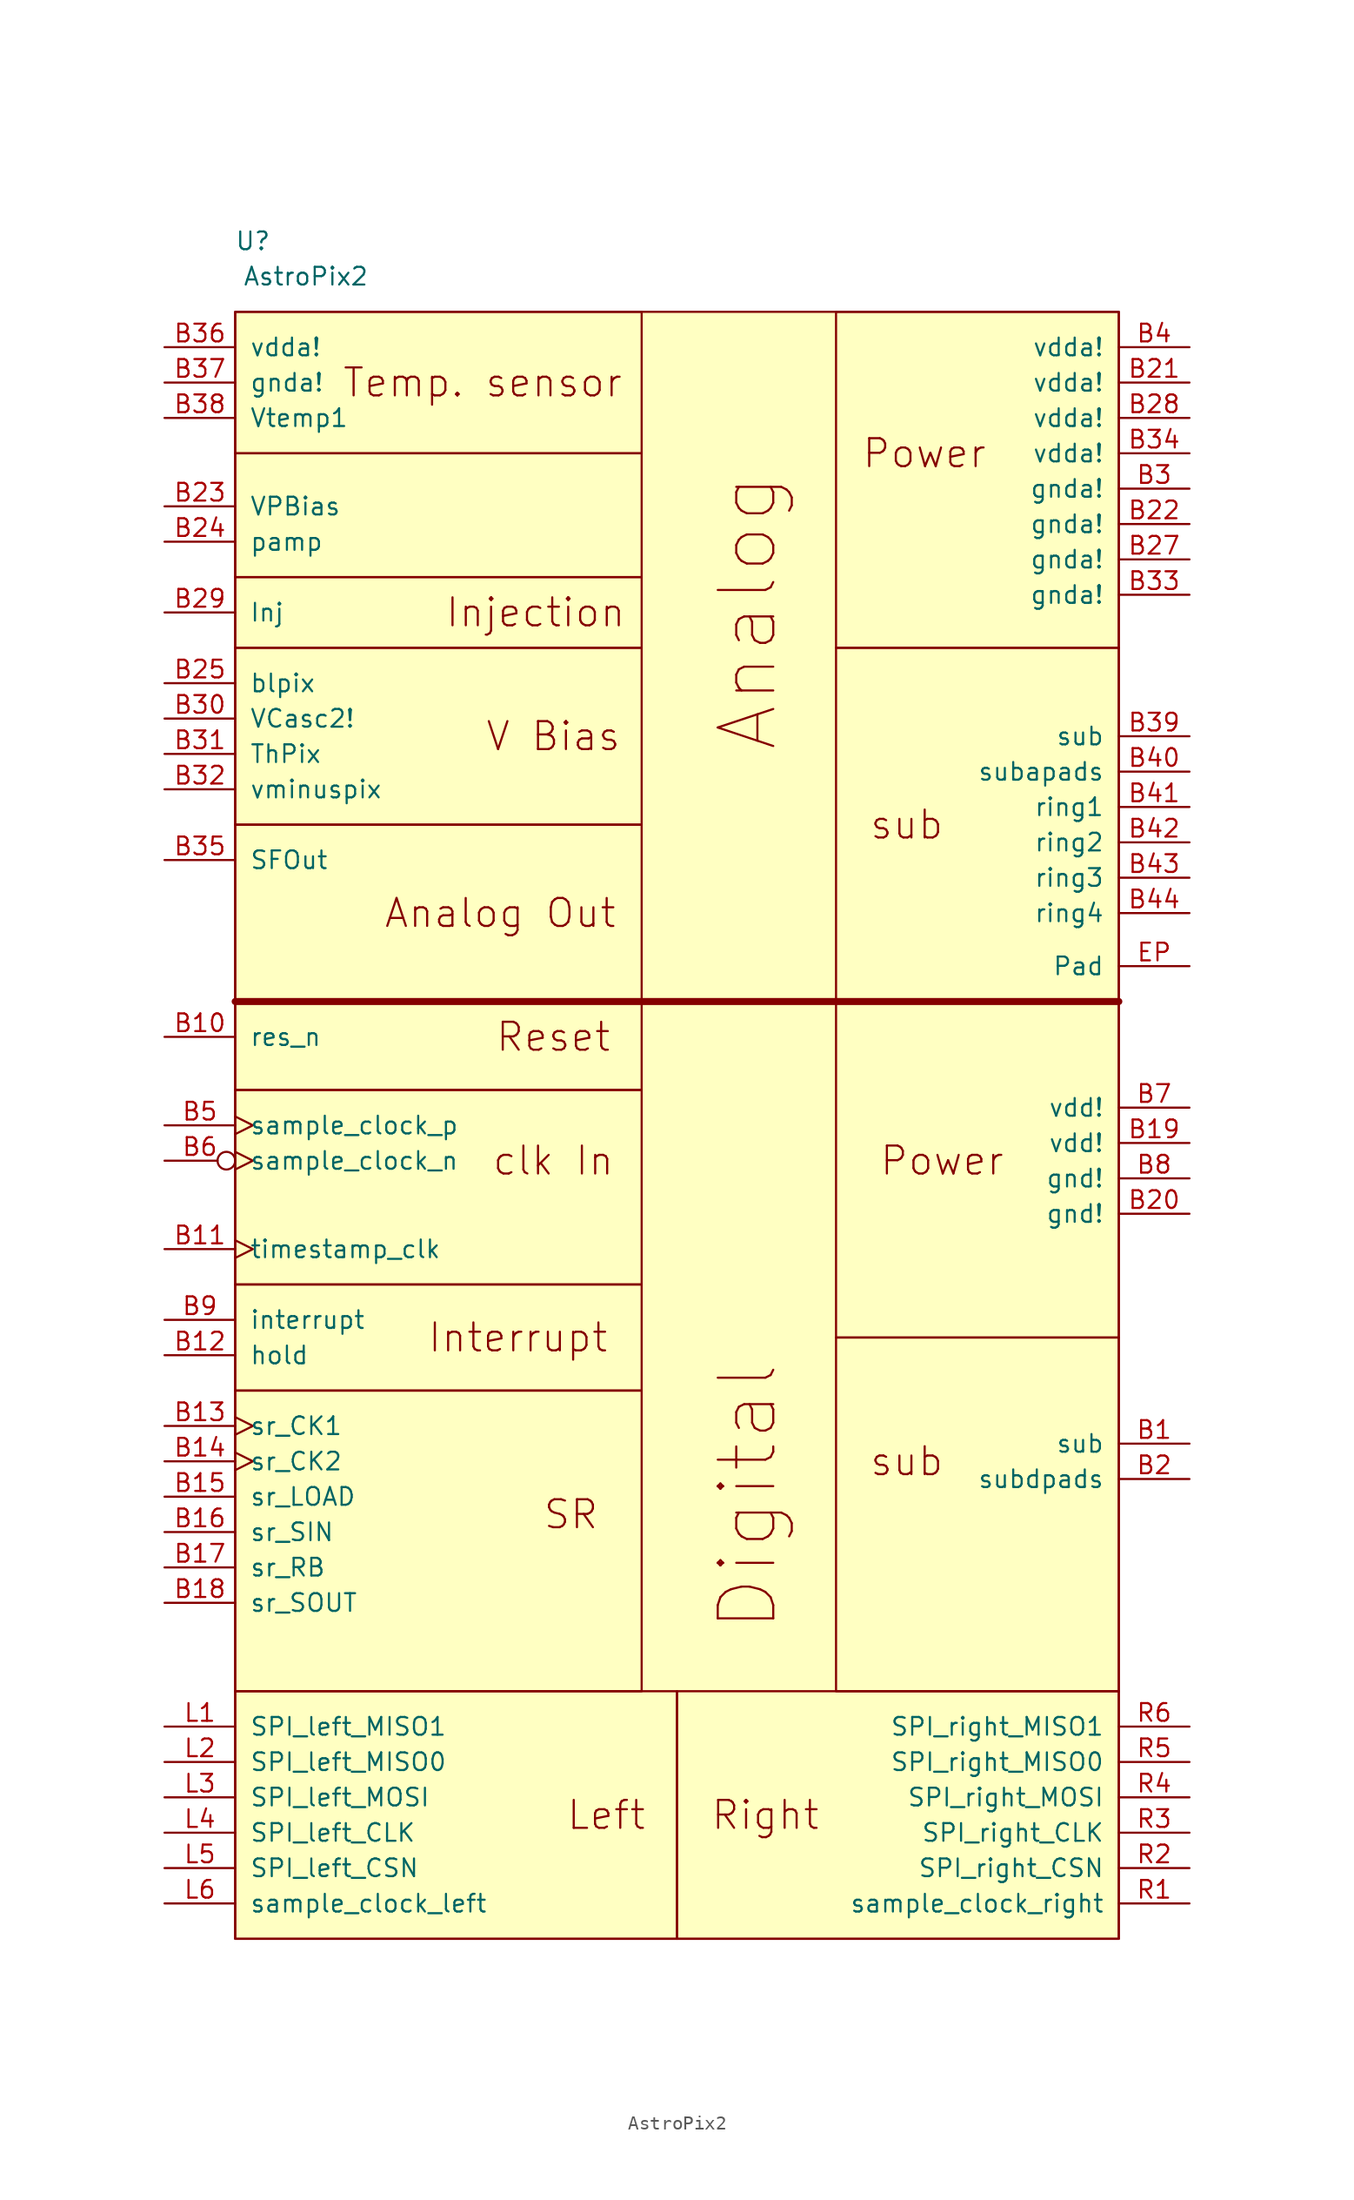
<source format=kicad_sym>
(kicad_symbol_lib
  (version 20231120)
  (generator "kicad_symbol_editor")
  (generator_version "8.0")
  (symbol "AstroPix2"
    (pin_names
      (offset 1.016))
    (property "Reference" "U"
      (at -25.4 54.61 0)
      (effects (font (size 1.27 1.27))))
    (property "Value" "AstroPix2"
      (at -21.59 52.07 0)
      (effects (font (size 1.27 1.27))))
    (symbol "AstroPix2_0_0"
      (text "Digital" (at 10.16 -35.56 900) (effects (font (size 3.988 3.988))))
      (text "Power" (at 22.86 39.37 0) (effects (font (size 2.007 2.007))))
      (pin power_in line (at 41.91 -31.75 180) (length 5.08) (name "sub" (effects (font (size 1.27 1.27)))) (number "B1" (effects (font (size 1.27 1.27)))))
      (pin input line (at -31.75 -2.54 0) (length 5.08) (name "res_n" (effects (font (size 1.27 1.27)))) (number "B10" (effects (font (size 1.27 1.27)))))
      (pin input clock (at -31.75 -17.78 0) (length 5.08) (name "timestamp_clk" (effects (font (size 1.27 1.27)))) (number "B11" (effects (font (size 1.27 1.27)))))
      (pin output line (at -31.75 -25.4 0) (length 5.08) (name "hold" (effects (font (size 1.27 1.27)))) (number "B12" (effects (font (size 1.27 1.27)))))
      (pin input clock (at -31.75 -30.48 0) (length 5.08) (name "sr_CK1" (effects (font (size 1.27 1.27)))) (number "B13" (effects (font (size 1.27 1.27)))))
      (pin input clock (at -31.75 -33.02 0) (length 5.08) (name "sr_CK2" (effects (font (size 1.27 1.27)))) (number "B14" (effects (font (size 1.27 1.27)))))
      (pin input line (at -31.75 -35.56 0) (length 5.08) (name "sr_LOAD" (effects (font (size 1.27 1.27)))) (number "B15" (effects (font (size 1.27 1.27)))))
      (pin input line (at -31.75 -38.1 0) (length 5.08) (name "sr_SIN" (effects (font (size 1.27 1.27)))) (number "B16" (effects (font (size 1.27 1.27)))))
      (pin input line (at -31.75 -40.64 0) (length 5.08) (name "sr_RB" (effects (font (size 1.27 1.27)))) (number "B17" (effects (font (size 1.27 1.27)))))
      (pin output line (at -31.75 -43.18 0) (length 5.08) (name "sr_SOUT" (effects (font (size 1.27 1.27)))) (number "B18" (effects (font (size 1.27 1.27)))))
      (pin power_in line (at 41.91 -10.16 180) (length 5.08) (name "vdd!" (effects (font (size 1.27 1.27)))) (number "B19" (effects (font (size 1.27 1.27)))))
      (pin power_in line (at 41.91 -34.29 180) (length 5.08) (name "subdpads" (effects (font (size 1.27 1.27)))) (number "B2" (effects (font (size 1.27 1.27)))))
      (pin power_in line (at 41.91 -15.24 180) (length 5.08) (name "gnd!" (effects (font (size 1.27 1.27)))) (number "B20" (effects (font (size 1.27 1.27)))))
      (pin power_in line (at 41.91 44.45 180) (length 5.08) (name "vdda!" (effects (font (size 1.27 1.27)))) (number "B21" (effects (font (size 1.27 1.27)))))
      (pin power_in line (at 41.91 34.29 180) (length 5.08) (name "gnda!" (effects (font (size 1.27 1.27)))) (number "B22" (effects (font (size 1.27 1.27)))))
      (pin unspecified line (at -31.75 35.56 0) (length 5.08) (name "VPBias" (effects (font (size 1.27 1.27)))) (number "B23" (effects (font (size 1.27 1.27)))))
      (pin unspecified line (at -31.75 33.02 0) (length 5.08) (name "pamp" (effects (font (size 1.27 1.27)))) (number "B24" (effects (font (size 1.27 1.27)))))
      (pin input line (at -31.75 22.86 0) (length 5.08) (name "blpix" (effects (font (size 1.27 1.27)))) (number "B25" (effects (font (size 1.27 1.27)))))
      (pin no_connect line (at -31.75 3.81 0) (length 5.08) hide (name "NC" (effects (font (size 1.27 1.27)))) (number "B26" (effects (font (size 1.27 1.27)))))
      (pin power_in line (at 41.91 31.75 180) (length 5.08) (name "gnda!" (effects (font (size 1.27 1.27)))) (number "B27" (effects (font (size 1.27 1.27)))))
      (pin power_in line (at 41.91 41.91 180) (length 5.08) (name "vdda!" (effects (font (size 1.27 1.27)))) (number "B28" (effects (font (size 1.27 1.27)))))
      (pin input line (at -31.75 27.94 0) (length 5.08) (name "Inj" (effects (font (size 1.27 1.27)))) (number "B29" (effects (font (size 1.27 1.27)))))
      (pin power_in line (at 41.91 36.83 180) (length 5.08) (name "gnda!" (effects (font (size 1.27 1.27)))) (number "B3" (effects (font (size 1.27 1.27)))))
      (pin input line (at -31.75 20.32 0) (length 5.08) (name "VCasc2!" (effects (font (size 1.27 1.27)))) (number "B30" (effects (font (size 1.27 1.27)))))
      (pin input line (at -31.75 17.78 0) (length 5.08) (name "ThPix" (effects (font (size 1.27 1.27)))) (number "B31" (effects (font (size 1.27 1.27)))))
      (pin input line (at -31.75 15.24 0) (length 5.08) (name "vminuspix" (effects (font (size 1.27 1.27)))) (number "B32" (effects (font (size 1.27 1.27)))))
      (pin power_in line (at 41.91 29.21 180) (length 5.08) (name "gnda!" (effects (font (size 1.27 1.27)))) (number "B33" (effects (font (size 1.27 1.27)))))
      (pin power_in line (at 41.91 39.37 180) (length 5.08) (name "vdda!" (effects (font (size 1.27 1.27)))) (number "B34" (effects (font (size 1.27 1.27)))))
      (pin output line (at -31.75 10.16 0) (length 5.08) (name "SFOut" (effects (font (size 1.27 1.27)))) (number "B35" (effects (font (size 1.27 1.27)))))
      (pin power_in line (at -31.75 46.99 0) (length 5.08) (name "vdda!" (effects (font (size 1.27 1.27)))) (number "B36" (effects (font (size 1.27 1.27)))))
      (pin power_in line (at -31.75 44.45 0) (length 5.08) (name "gnda!" (effects (font (size 1.27 1.27)))) (number "B37" (effects (font (size 1.27 1.27)))))
      (pin output line (at -31.75 41.91 0) (length 5.08) (name "Vtemp1" (effects (font (size 1.27 1.27)))) (number "B38" (effects (font (size 1.27 1.27)))))
      (pin power_in line (at 41.91 19.05 180) (length 5.08) (name "sub" (effects (font (size 1.27 1.27)))) (number "B39" (effects (font (size 1.27 1.27)))))
      (pin power_in line (at 41.91 46.99 180) (length 5.08) (name "vdda!" (effects (font (size 1.27 1.27)))) (number "B4" (effects (font (size 1.27 1.27)))))
      (pin power_in line (at 41.91 16.51 180) (length 5.08) (name "subapads" (effects (font (size 1.27 1.27)))) (number "B40" (effects (font (size 1.27 1.27)))))
      (pin power_in line (at 41.91 13.97 180) (length 5.08) (name "ring1" (effects (font (size 1.27 1.27)))) (number "B41" (effects (font (size 1.27 1.27)))))
      (pin power_in line (at 41.91 11.43 180) (length 5.08) (name "ring2" (effects (font (size 1.27 1.27)))) (number "B42" (effects (font (size 1.27 1.27)))))
      (pin power_in line (at 41.91 8.89 180) (length 5.08) (name "ring3" (effects (font (size 1.27 1.27)))) (number "B43" (effects (font (size 1.27 1.27)))))
      (pin power_in line (at 41.91 6.35 180) (length 5.08) (name "ring4" (effects (font (size 1.27 1.27)))) (number "B44" (effects (font (size 1.27 1.27)))))
      (pin input clock (at -31.75 -8.89 0) (length 5.08) (name "sample_clock_p" (effects (font (size 1.27 1.27)))) (number "B5" (effects (font (size 1.27 1.27)))))
      (pin input inverted_clock (at -31.75 -11.43 0) (length 5.08) (name "sample_clock_n" (effects (font (size 1.27 1.27)))) (number "B6" (effects (font (size 1.27 1.27)))))
      (pin power_in line (at 41.91 -7.62 180) (length 5.08) (name "vdd!" (effects (font (size 1.27 1.27)))) (number "B7" (effects (font (size 1.27 1.27)))))
      (pin power_in line (at 41.91 -12.7 180) (length 5.08) (name "gnd!" (effects (font (size 1.27 1.27)))) (number "B8" (effects (font (size 1.27 1.27)))))
      (pin open_collector line (at -31.75 -22.86 0) (length 5.08) (name "interrupt" (effects (font (size 1.27 1.27)))) (number "B9" (effects (font (size 1.27 1.27)))))
      (pin power_in line (at 41.91 2.54 180) (length 5.08) (name "Pad" (effects (font (size 1.27 1.27)))) (number "EP" (effects (font (size 1.27 1.27)))))
      (pin output line (at -31.75 -52.07 0) (length 5.08) (name "SPI_left_MISO1" (effects (font (size 1.27 1.27)))) (number "L1" (effects (font (size 1.27 1.27)))))
      (pin output line (at -31.75 -54.61 0) (length 5.08) (name "SPI_left_MISO0" (effects (font (size 1.27 1.27)))) (number "L2" (effects (font (size 1.27 1.27)))))
      (pin input line (at -31.75 -57.15 0) (length 5.08) (name "SPI_left_MOSI" (effects (font (size 1.27 1.27)))) (number "L3" (effects (font (size 1.27 1.27)))))
      (pin input line (at -31.75 -59.69 0) (length 5.08) (name "SPI_left_CLK" (effects (font (size 1.27 1.27)))) (number "L4" (effects (font (size 1.27 1.27)))))
      (pin output line (at -31.75 -62.23 0) (length 5.08) (name "SPI_left_CSN" (effects (font (size 1.27 1.27)))) (number "L5" (effects (font (size 1.27 1.27)))))
      (pin input line (at -31.75 -64.77 0) (length 5.08) (name "sample_clock_left" (effects (font (size 1.27 1.27)))) (number "L6" (effects (font (size 1.27 1.27)))))
      (pin output line (at 41.91 -64.77 180) (length 5.08) (name "sample_clock_right" (effects (font (size 1.27 1.27)))) (number "R1" (effects (font (size 1.27 1.27)))))
      (pin input line (at 41.91 -62.23 180) (length 5.08) (name "SPI_right_CSN" (effects (font (size 1.27 1.27)))) (number "R2" (effects (font (size 1.27 1.27)))))
      (pin output line (at 41.91 -59.69 180) (length 5.08) (name "SPI_right_CLK" (effects (font (size 1.27 1.27)))) (number "R3" (effects (font (size 1.27 1.27)))))
      (pin output line (at 41.91 -57.15 180) (length 5.08) (name "SPI_right_MOSI" (effects (font (size 1.27 1.27)))) (number "R4" (effects (font (size 1.27 1.27)))))
      (pin input line (at 41.91 -54.61 180) (length 5.08) (name "SPI_right_MISO0" (effects (font (size 1.27 1.27)))) (number "R5" (effects (font (size 1.27 1.27)))))
      (pin input line (at 41.91 -52.07 180) (length 5.08) (name "SPI_right_MISO1" (effects (font (size 1.27 1.27)))) (number "R6" (effects (font (size 1.27 1.27))))))
    (symbol "AstroPix2_0_1"
      (polyline (pts (xy -5.08 0) (xy -5.08 0)) (stroke (width 0) (type default)) (fill (type none))))
    (symbol "AstroPix2_1_1"
      (rectangle (start -26.67 -49.53) (end 5.08 -67.31) (stroke (width 0) (type default)) (fill (type none)))
      (rectangle (start -26.67 -27.94) (end 2.54 -49.53) (stroke (width 0) (type default)) (fill (type none)))
      (rectangle (start -26.67 -27.94) (end 2.54 -20.32) (stroke (width 0) (type default)) (fill (type none)))
      (rectangle (start -26.67 -6.35) (end 2.54 -20.32) (stroke (width 0) (type default)) (fill (type none)))
      (rectangle (start -26.67 0) (end 2.54 -6.35) (stroke (width 0) (type default)) (fill (type none)))
      (rectangle (start -26.67 12.7) (end 2.54 0) (stroke (width 0) (type default)) (fill (type none)))
      (rectangle (start -26.67 25.4) (end 2.54 12.7) (stroke (width 0) (type default)) (fill (type none)))
      (rectangle (start -26.67 30.48) (end 2.54 25.4) (stroke (width 0) (type default)) (fill (type none)))
      (rectangle (start -26.67 39.37) (end 2.54 30.48) (stroke (width 0) (type default)) (fill (type none)))
      (rectangle (start -26.67 49.53) (end 2.54 39.37) (stroke (width 0) (type default)) (fill (type none)))
      (rectangle (start -26.67 49.53) (end 36.83 -67.31) (stroke (width 0) (type default)) (fill (type background)))
      (polyline (pts (xy -26.67 0) (xy 36.83 0)) (stroke (width 0.508) (type default)) (fill (type none)))
      (polyline (pts (xy 17.78 0) (xy 17.78 0)) (stroke (width 0) (type default)) (fill (type none)))
      (polyline (pts (xy 17.78 0) (xy 17.78 0)) (stroke (width 0) (type default)) (fill (type none)))
      (polyline (pts (xy 17.78 0) (xy 17.78 0)) (stroke (width 0) (type default)) (fill (type none)))
      (polyline (pts (xy 17.78 0) (xy 17.78 0)) (stroke (width 0) (type default)) (fill (type none)))
      (polyline (pts (xy 17.78 0) (xy 17.78 0)) (stroke (width 0) (type default)) (fill (type none)))
      (polyline (pts (xy 26.67 0) (xy 26.67 0)) (stroke (width 0) (type default)) (fill (type none)))
      (rectangle (start 5.08 -49.53) (end 36.83 -67.31) (stroke (width 0) (type default)) (fill (type none)))
      (rectangle (start 16.51 -24.13) (end 36.83 0) (stroke (width 0) (type default)) (fill (type none)))
      (rectangle (start 16.51 25.4) (end 36.83 49.53) (stroke (width 0) (type default)) (fill (type none)))
      (rectangle (start 36.83 -24.13) (end 16.51 -49.53) (stroke (width 0) (type default)) (fill (type none)))
      (rectangle (start 36.83 25.4) (end 16.51 0) (stroke (width 0) (type default)) (fill (type none)))
      (text "Analog" (at 10.16 27.94 900) (effects (font (size 3.988 3.988))))
      (text "Analog Out" (at -7.62 6.35 0) (effects (font (size 2.007 2.007))))
      (text "clk In" (at -3.81 -11.43 0) (effects (font (size 2.007 2.007))))
      (text "Injection" (at -5.08 27.94 0) (effects (font (size 2.007 2.007))))
      (text "Interrupt" (at -6.35 -24.13 0) (effects (font (size 2.007 2.007))))
      (text "Left" (at 0 -58.42 0) (effects (font (size 2.007 2.007))))
      (text "Power" (at 24.13 -11.43 0) (effects (font (size 2.007 2.007))))
      (text "Reset" (at -3.81 -2.54 0) (effects (font (size 2.007 2.007))))
      (text "Right" (at 11.43 -58.42 0) (effects (font (size 2.007 2.007))))
      (text "SR" (at -2.54 -36.83 0) (effects (font (size 2.007 2.007))))
      (text "sub" (at 21.59 -33.02 0) (effects (font (size 2.007 2.007))))
      (text "sub" (at 21.59 12.7 0) (effects (font (size 2.007 2.007))))
      (text "Temp. sensor" (at -8.89 44.45 0) (effects (font (size 2.007 2.007))))
      (text "V Bias" (at -3.81 19.05 0) (effects (font (size 2.007 2.007)))))))
</source>
